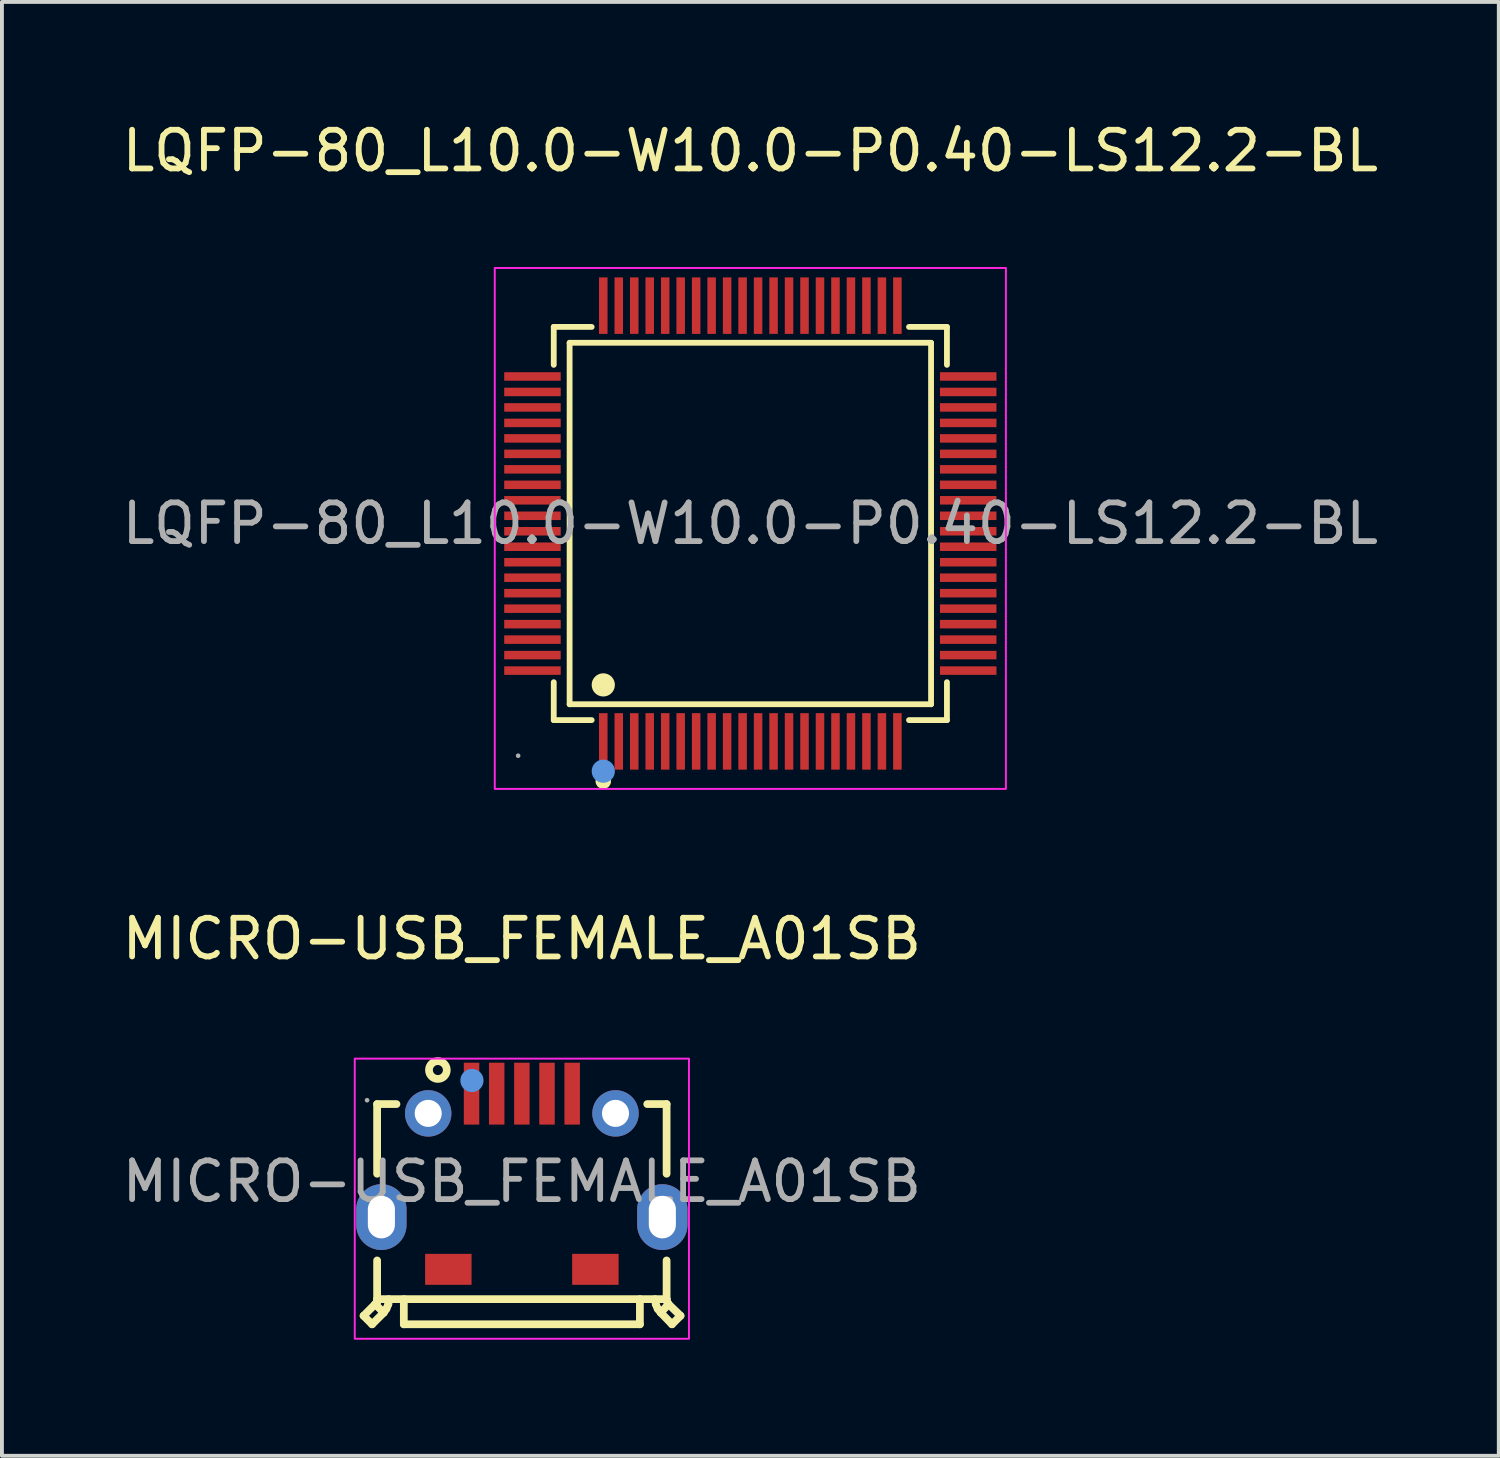
<source format=kicad_pcb>
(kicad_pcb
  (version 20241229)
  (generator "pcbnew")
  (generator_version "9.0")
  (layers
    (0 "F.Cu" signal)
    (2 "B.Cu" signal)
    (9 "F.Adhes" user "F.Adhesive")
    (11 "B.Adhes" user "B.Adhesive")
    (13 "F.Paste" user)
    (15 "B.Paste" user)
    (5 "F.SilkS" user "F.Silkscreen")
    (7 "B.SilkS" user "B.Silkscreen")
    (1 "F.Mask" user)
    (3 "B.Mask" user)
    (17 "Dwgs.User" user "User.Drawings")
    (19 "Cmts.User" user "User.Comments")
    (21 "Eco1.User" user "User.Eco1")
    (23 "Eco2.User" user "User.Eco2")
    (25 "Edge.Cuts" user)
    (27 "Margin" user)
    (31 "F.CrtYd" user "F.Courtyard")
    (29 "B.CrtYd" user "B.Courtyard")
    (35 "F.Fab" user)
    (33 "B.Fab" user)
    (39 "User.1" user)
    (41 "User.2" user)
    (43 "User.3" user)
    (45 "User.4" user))
  (footprint "MICRO-USB_FEMALE_A01SB"
    (layer "F.Cu")
    (at 10.435 27.48)
    (property "Reference" "MICRO-USB_FEMALE_A01SB" (at 0 -6.27 0) (layer "F.SilkS") (effects (font (size 1 1) (thickness 0.15))))
    (attr smd)
    (fp_line (start -3.87 3.69) (end -4.09 3.47) (stroke (width 0.2) (type solid)) (layer "F.SilkS"))
    (fp_line (start -3.79 3.17) (end -4.09 3.47) (stroke (width 0.2) (type solid)) (layer "F.SilkS"))
    (fp_line (start -3.79 3.17) (end -3.74 3.12) (stroke (width 0.2) (type solid)) (layer "F.SilkS"))
    (fp_line (start -3.74 -2) (end -3.74 -0.2) (stroke (width 0.2) (type solid)) (layer "F.SilkS"))
    (fp_line (start -3.74 -2) (end -3.24 -2) (stroke (width 0.2) (type solid)) (layer "F.SilkS"))
    (fp_line (start -3.74 3.04) (end -3.74 2.04) (stroke (width 0.2) (type solid)) (layer "F.SilkS"))
    (fp_line (start -3.74 3.04) (end 3.74 3.04) (stroke (width 0.2) (type solid)) (layer "F.SilkS"))
    (fp_line (start -3.74 3.12) (end -3.74 3.04) (stroke (width 0.2) (type solid)) (layer "F.SilkS"))
    (fp_line (start -3.57 3.39) (end -3.87 3.69) (stroke (width 0.2) (type solid)) (layer "F.SilkS"))
    (fp_line (start -3.57 3.39) (end -3.79 3.17) (stroke (width 0.2) (type solid)) (layer "F.SilkS"))
    (fp_line (start -3.57 3.39) (end -3.5 3.29) (stroke (width 0.2) (type solid)) (layer "F.SilkS"))
    (fp_line (start -3.5 3.29) (end -3.45 3.17) (stroke (width 0.2) (type solid)) (layer "F.SilkS"))
    (fp_line (start -3.45 3.17) (end -3.44 3.04) (stroke (width 0.2) (type solid)) (layer "F.SilkS"))
    (fp_line (start -3.05 3.69) (end -3.05 3.04) (stroke (width 0.2) (type solid)) (layer "F.SilkS"))
    (fp_line (start -3.05 3.69) (end 3.05 3.69) (stroke (width 0.2) (type solid)) (layer "F.SilkS"))
    (fp_line (start 3.05 3.69) (end 3.05 3.04) (stroke (width 0.2) (type solid)) (layer "F.SilkS"))
    (fp_line (start 3.24 -2) (end 3.74 -2) (stroke (width 0.2) (type solid)) (layer "F.SilkS"))
    (fp_line (start 3.44 3.04) (end 3.46 3.17) (stroke (width 0.2) (type solid)) (layer "F.SilkS"))
    (fp_line (start 3.46 3.17) (end 3.51 3.29) (stroke (width 0.2) (type solid)) (layer "F.SilkS"))
    (fp_line (start 3.51 3.29) (end 3.59 3.39) (stroke (width 0.2) (type solid)) (layer "F.SilkS"))
    (fp_line (start 3.59 3.39) (end 3.79 3.17) (stroke (width 0.2) (type solid)) (layer "F.SilkS"))
    (fp_line (start 3.59 3.39) (end 3.88 3.69) (stroke (width 0.2) (type solid)) (layer "F.SilkS"))
    (fp_line (start 3.74 -2) (end 3.74 -0.2) (stroke (width 0.2) (type solid)) (layer "F.SilkS"))
    (fp_line (start 3.74 2.04) (end 3.74 3.04) (stroke (width 0.2) (type solid)) (layer "F.SilkS"))
    (fp_line (start 3.74 3.04) (end 3.76 3.12) (stroke (width 0.2) (type solid)) (layer "F.SilkS"))
    (fp_line (start 3.76 3.12) (end 3.79 3.17) (stroke (width 0.2) (type solid)) (layer "F.SilkS"))
    (fp_line (start 3.79 3.17) (end 4.1 3.47) (stroke (width 0.2) (type solid)) (layer "F.SilkS"))
    (fp_line (start 3.88 3.69) (end 4.1 3.47) (stroke (width 0.2) (type solid)) (layer "F.SilkS"))
    (fp_circle (center -2.17 -2.88) (end -1.94 -2.88) (stroke (width 0.2) (type solid)) (fill no) (layer "F.SilkS"))
    (fp_circle (center -2.42 -1.76) (end -2.12 -1.76) (stroke (width 0.6) (type solid)) (fill no) (layer "F.Paste"))
    (fp_circle (center 2.42 -1.76) (end 2.72 -1.76) (stroke (width 0.6) (type solid)) (fill no) (layer "F.Paste"))
    (fp_circle (center -1.29 -2.61) (end -1.14 -2.61) (stroke (width 0.3) (type solid)) (fill no) (layer "Cmts.User"))
    (fp_rect (start -4.318 -3.175) (end 4.318 4.064) (stroke (width 0.05) (type default)) (fill no) (layer "F.CrtYd"))
    (fp_circle (center -4 -2.1) (end -3.97 -2.1) (stroke (width 0.06) (type solid)) (fill no) (layer "F.Fab"))
    (fp_text user "${REFERENCE}" (at 0 0 0) (layer "F.Fab") (effects (font (size 1 1) (thickness 0.15))))
    (pad "1" smd rect (at -1.3 -2.27) (size 0.4 1.6) (layers "F.Cu" "F.Mask" "F.Paste"))
    (pad "2" smd rect (at -0.65 -2.27) (size 0.4 1.6) (layers "F.Cu" "F.Mask" "F.Paste"))
    (pad "3" smd rect (at 0 -2.27) (size 0.4 1.6) (layers "F.Cu" "F.Mask" "F.Paste"))
    (pad "4" smd rect (at 0.65 -2.27) (size 0.4 1.6) (layers "F.Cu" "F.Mask" "F.Paste"))
    (pad "5" smd rect (at 1.3 -2.27) (size 0.4 1.6) (layers "F.Cu" "F.Mask" "F.Paste"))
    (pad "6" thru_hole oval (at -3.63 0.92) (size 1.3 1.7) (drill oval 0.7 1.1) (layers "*.Cu" "*.Mask"))
    (pad "6" thru_hole circle (at -2.42 -1.76) (size 1.2 1.2) (drill 0.7) (layers "*.Cu" "*.Mask"))
    (pad "6" smd rect (at -1.9 2.27 180) (size 1.2 0.8) (layers "F.Cu" "F.Mask" "F.Paste"))
    (pad "6" smd rect (at 1.9 2.27 180) (size 1.2 0.8) (layers "F.Cu" "F.Mask" "F.Paste"))
    (pad "6" thru_hole circle (at 2.42 -1.76) (size 1.2 1.2) (drill 0.7) (layers "*.Cu" "*.Mask"))
    (pad "6" thru_hole oval (at 3.63 0.92) (size 1.3 1.7) (drill oval 0.7 1.1) (layers "*.Cu" "*.Mask")))
  (footprint "LQFP-80_L10.0-W10.0-P0.40-LS12.2-BL"
    (layer "F.Cu")
    (at 16.339 10.478)
    (property "Reference" "LQFP-80_L10.0-W10.0-P0.40-LS12.2-BL" (at 0 -9.63 0) (layer "F.SilkS") (effects (font (size 1 1) (thickness 0.15))))
    (attr smd)
    (fp_line (start -5.08 -5.08) (end -4.1 -5.08) (stroke (width 0.15) (type solid)) (layer "F.SilkS"))
    (fp_line (start -5.08 -4.1) (end -5.08 -5.08) (stroke (width 0.15) (type solid)) (layer "F.SilkS"))
    (fp_line (start -5.08 4.1) (end -5.08 5.08) (stroke (width 0.15) (type solid)) (layer "F.SilkS"))
    (fp_line (start -5.08 5.08) (end -4.1 5.08) (stroke (width 0.15) (type solid)) (layer "F.SilkS"))
    (fp_line (start -4.67 -4.67) (end 4.67 -4.67) (stroke (width 0.15) (type solid)) (layer "F.SilkS"))
    (fp_line (start -4.67 4.67) (end -4.67 -4.67) (stroke (width 0.15) (type solid)) (layer "F.SilkS"))
    (fp_line (start 4.67 -4.67) (end 4.67 4.67) (stroke (width 0.15) (type solid)) (layer "F.SilkS"))
    (fp_line (start 4.67 4.67) (end -4.67 4.67) (stroke (width 0.15) (type solid)) (layer "F.SilkS"))
    (fp_line (start 5.08 -5.08) (end 4.1 -5.08) (stroke (width 0.15) (type solid)) (layer "F.SilkS"))
    (fp_line (start 5.08 -4.1) (end 5.08 -5.08) (stroke (width 0.15) (type solid)) (layer "F.SilkS"))
    (fp_line (start 5.08 4.1) (end 5.08 5.08) (stroke (width 0.15) (type solid)) (layer "F.SilkS"))
    (fp_line (start 5.08 5.08) (end 4.1 5.08) (stroke (width 0.15) (type solid)) (layer "F.SilkS"))
    (fp_circle (center -3.8 4.17) (end -3.65 4.17) (stroke (width 0.3) (type solid)) (fill no) (layer "F.SilkS"))
    (fp_circle (center -3.8 6.66) (end -3.7 6.66) (stroke (width 0.2) (type solid)) (fill no) (layer "F.SilkS"))
    (fp_circle (center -3.8 6.4) (end -3.65 6.4) (stroke (width 0.3) (type solid)) (fill no) (layer "Cmts.User"))
    (fp_rect (start -6.604 -6.604) (end 6.604 6.858) (stroke (width 0.05) (type default)) (fill no) (layer "F.CrtYd"))
    (fp_circle (center -6 6) (end -5.97 6) (stroke (width 0.06) (type solid)) (fill no) (layer "F.Fab"))
    (fp_text user "${REFERENCE}" (at 0 0 0) (layer "F.Fab") (effects (font (size 1 1) (thickness 0.15))))
    (pad "1" smd rect (at -3.8 5.63) (size 0.22 1.46) (layers "F.Cu" "F.Mask" "F.Paste"))
    (pad "2" smd rect (at -3.4 5.63) (size 0.22 1.46) (layers "F.Cu" "F.Mask" "F.Paste"))
    (pad "3" smd rect (at -3 5.63) (size 0.22 1.46) (layers "F.Cu" "F.Mask" "F.Paste"))
    (pad "4" smd rect (at -2.6 5.63) (size 0.22 1.46) (layers "F.Cu" "F.Mask" "F.Paste"))
    (pad "5" smd rect (at -2.2 5.63) (size 0.22 1.46) (layers "F.Cu" "F.Mask" "F.Paste"))
    (pad "6" smd rect (at -1.8 5.63) (size 0.22 1.46) (layers "F.Cu" "F.Mask" "F.Paste"))
    (pad "7" smd rect (at -1.4 5.63) (size 0.22 1.46) (layers "F.Cu" "F.Mask" "F.Paste"))
    (pad "8" smd rect (at -1 5.63) (size 0.22 1.46) (layers "F.Cu" "F.Mask" "F.Paste"))
    (pad "9" smd rect (at -0.6 5.63) (size 0.22 1.46) (layers "F.Cu" "F.Mask" "F.Paste"))
    (pad "10" smd rect (at -0.2 5.63) (size 0.22 1.46) (layers "F.Cu" "F.Mask" "F.Paste"))
    (pad "11" smd rect (at 0.2 5.63) (size 0.22 1.46) (layers "F.Cu" "F.Mask" "F.Paste"))
    (pad "12" smd rect (at 0.6 5.63) (size 0.22 1.46) (layers "F.Cu" "F.Mask" "F.Paste"))
    (pad "13" smd rect (at 1 5.63) (size 0.22 1.46) (layers "F.Cu" "F.Mask" "F.Paste"))
    (pad "14" smd rect (at 1.4 5.63) (size 0.22 1.46) (layers "F.Cu" "F.Mask" "F.Paste"))
    (pad "15" smd rect (at 1.8 5.63) (size 0.22 1.46) (layers "F.Cu" "F.Mask" "F.Paste"))
    (pad "16" smd rect (at 2.2 5.63) (size 0.22 1.46) (layers "F.Cu" "F.Mask" "F.Paste"))
    (pad "17" smd rect (at 2.6 5.63) (size 0.22 1.46) (layers "F.Cu" "F.Mask" "F.Paste"))
    (pad "18" smd rect (at 3 5.63) (size 0.22 1.46) (layers "F.Cu" "F.Mask" "F.Paste"))
    (pad "19" smd rect (at 3.4 5.63) (size 0.22 1.46) (layers "F.Cu" "F.Mask" "F.Paste"))
    (pad "20" smd rect (at 3.8 5.63) (size 0.22 1.46) (layers "F.Cu" "F.Mask" "F.Paste"))
    (pad "21" smd rect (at 5.63 3.8) (size 1.46 0.22) (layers "F.Cu" "F.Mask" "F.Paste"))
    (pad "22" smd rect (at 5.63 3.4) (size 1.46 0.22) (layers "F.Cu" "F.Mask" "F.Paste"))
    (pad "23" smd rect (at 5.63 3) (size 1.46 0.22) (layers "F.Cu" "F.Mask" "F.Paste"))
    (pad "24" smd rect (at 5.63 2.6) (size 1.46 0.22) (layers "F.Cu" "F.Mask" "F.Paste"))
    (pad "25" smd rect (at 5.63 2.2) (size 1.46 0.22) (layers "F.Cu" "F.Mask" "F.Paste"))
    (pad "26" smd rect (at 5.63 1.8) (size 1.46 0.22) (layers "F.Cu" "F.Mask" "F.Paste"))
    (pad "27" smd rect (at 5.63 1.4) (size 1.46 0.22) (layers "F.Cu" "F.Mask" "F.Paste"))
    (pad "28" smd rect (at 5.63 1) (size 1.46 0.22) (layers "F.Cu" "F.Mask" "F.Paste"))
    (pad "29" smd rect (at 5.63 0.6) (size 1.46 0.22) (layers "F.Cu" "F.Mask" "F.Paste"))
    (pad "30" smd rect (at 5.63 0.2) (size 1.46 0.22) (layers "F.Cu" "F.Mask" "F.Paste"))
    (pad "31" smd rect (at 5.63 -0.2) (size 1.46 0.22) (layers "F.Cu" "F.Mask" "F.Paste"))
    (pad "32" smd rect (at 5.63 -0.6) (size 1.46 0.22) (layers "F.Cu" "F.Mask" "F.Paste"))
    (pad "33" smd rect (at 5.63 -1) (size 1.46 0.22) (layers "F.Cu" "F.Mask" "F.Paste"))
    (pad "34" smd rect (at 5.63 -1.4) (size 1.46 0.22) (layers "F.Cu" "F.Mask" "F.Paste"))
    (pad "35" smd rect (at 5.63 -1.8) (size 1.46 0.22) (layers "F.Cu" "F.Mask" "F.Paste"))
    (pad "36" smd rect (at 5.63 -2.2) (size 1.46 0.22) (layers "F.Cu" "F.Mask" "F.Paste"))
    (pad "37" smd rect (at 5.63 -2.6) (size 1.46 0.22) (layers "F.Cu" "F.Mask" "F.Paste"))
    (pad "38" smd rect (at 5.63 -3) (size 1.46 0.22) (layers "F.Cu" "F.Mask" "F.Paste"))
    (pad "39" smd rect (at 5.63 -3.4) (size 1.46 0.22) (layers "F.Cu" "F.Mask" "F.Paste"))
    (pad "40" smd rect (at 5.63 -3.8) (size 1.46 0.22) (layers "F.Cu" "F.Mask" "F.Paste"))
    (pad "41" smd rect (at 3.8 -5.63) (size 0.22 1.46) (layers "F.Cu" "F.Mask" "F.Paste"))
    (pad "42" smd rect (at 3.4 -5.63) (size 0.22 1.46) (layers "F.Cu" "F.Mask" "F.Paste"))
    (pad "43" smd rect (at 3 -5.63) (size 0.22 1.46) (layers "F.Cu" "F.Mask" "F.Paste"))
    (pad "44" smd rect (at 2.6 -5.63) (size 0.22 1.46) (layers "F.Cu" "F.Mask" "F.Paste"))
    (pad "45" smd rect (at 2.2 -5.63) (size 0.22 1.46) (layers "F.Cu" "F.Mask" "F.Paste"))
    (pad "46" smd rect (at 1.8 -5.63) (size 0.22 1.46) (layers "F.Cu" "F.Mask" "F.Paste"))
    (pad "47" smd rect (at 1.4 -5.63) (size 0.22 1.46) (layers "F.Cu" "F.Mask" "F.Paste"))
    (pad "48" smd rect (at 1 -5.63) (size 0.22 1.46) (layers "F.Cu" "F.Mask" "F.Paste"))
    (pad "49" smd rect (at 0.6 -5.63) (size 0.22 1.46) (layers "F.Cu" "F.Mask" "F.Paste"))
    (pad "50" smd rect (at 0.2 -5.63) (size 0.22 1.46) (layers "F.Cu" "F.Mask" "F.Paste"))
    (pad "51" smd rect (at -0.2 -5.63) (size 0.22 1.46) (layers "F.Cu" "F.Mask" "F.Paste"))
    (pad "52" smd rect (at -0.6 -5.63) (size 0.22 1.46) (layers "F.Cu" "F.Mask" "F.Paste"))
    (pad "53" smd rect (at -1 -5.63) (size 0.22 1.46) (layers "F.Cu" "F.Mask" "F.Paste"))
    (pad "54" smd rect (at -1.4 -5.63) (size 0.22 1.46) (layers "F.Cu" "F.Mask" "F.Paste"))
    (pad "55" smd rect (at -1.8 -5.63) (size 0.22 1.46) (layers "F.Cu" "F.Mask" "F.Paste"))
    (pad "56" smd rect (at -2.2 -5.63) (size 0.22 1.46) (layers "F.Cu" "F.Mask" "F.Paste"))
    (pad "57" smd rect (at -2.6 -5.63) (size 0.22 1.46) (layers "F.Cu" "F.Mask" "F.Paste"))
    (pad "58" smd rect (at -3 -5.63) (size 0.22 1.46) (layers "F.Cu" "F.Mask" "F.Paste"))
    (pad "59" smd rect (at -3.4 -5.63) (size 0.22 1.46) (layers "F.Cu" "F.Mask" "F.Paste"))
    (pad "60" smd rect (at -3.8 -5.63) (size 0.22 1.46) (layers "F.Cu" "F.Mask" "F.Paste"))
    (pad "61" smd rect (at -5.63 -3.8) (size 1.46 0.22) (layers "F.Cu" "F.Mask" "F.Paste"))
    (pad "62" smd rect (at -5.63 -3.4) (size 1.46 0.22) (layers "F.Cu" "F.Mask" "F.Paste"))
    (pad "63" smd rect (at -5.63 -3) (size 1.46 0.22) (layers "F.Cu" "F.Mask" "F.Paste"))
    (pad "64" smd rect (at -5.63 -2.6) (size 1.46 0.22) (layers "F.Cu" "F.Mask" "F.Paste"))
    (pad "65" smd rect (at -5.63 -2.2) (size 1.46 0.22) (layers "F.Cu" "F.Mask" "F.Paste"))
    (pad "66" smd rect (at -5.63 -1.8) (size 1.46 0.22) (layers "F.Cu" "F.Mask" "F.Paste"))
    (pad "67" smd rect (at -5.63 -1.4) (size 1.46 0.22) (layers "F.Cu" "F.Mask" "F.Paste"))
    (pad "68" smd rect (at -5.63 -1) (size 1.46 0.22) (layers "F.Cu" "F.Mask" "F.Paste"))
    (pad "69" smd rect (at -5.63 -0.6) (size 1.46 0.22) (layers "F.Cu" "F.Mask" "F.Paste"))
    (pad "70" smd rect (at -5.63 -0.2) (size 1.46 0.22) (layers "F.Cu" "F.Mask" "F.Paste"))
    (pad "71" smd rect (at -5.63 0.2) (size 1.46 0.22) (layers "F.Cu" "F.Mask" "F.Paste"))
    (pad "72" smd rect (at -5.63 0.6) (size 1.46 0.22) (layers "F.Cu" "F.Mask" "F.Paste"))
    (pad "73" smd rect (at -5.63 1) (size 1.46 0.22) (layers "F.Cu" "F.Mask" "F.Paste"))
    (pad "74" smd rect (at -5.63 1.4) (size 1.46 0.22) (layers "F.Cu" "F.Mask" "F.Paste"))
    (pad "75" smd rect (at -5.63 1.8) (size 1.46 0.22) (layers "F.Cu" "F.Mask" "F.Paste"))
    (pad "76" smd rect (at -5.63 2.2) (size 1.46 0.22) (layers "F.Cu" "F.Mask" "F.Paste"))
    (pad "77" smd rect (at -5.63 2.6) (size 1.46 0.22) (layers "F.Cu" "F.Mask" "F.Paste"))
    (pad "78" smd rect (at -5.63 3) (size 1.46 0.22) (layers "F.Cu" "F.Mask" "F.Paste"))
    (pad "79" smd rect (at -5.63 3.4) (size 1.46 0.22) (layers "F.Cu" "F.Mask" "F.Paste"))
    (pad "80" smd rect (at -5.63 3.8) (size 1.46 0.22) (layers "F.Cu" "F.Mask" "F.Paste")))
  (gr_rect
    (start -3 -3)
    (end 35.679 34.569)
    (stroke (width 0.1) (type default))
    (fill no)
    (layer "Edge.Cuts")))
</source>
